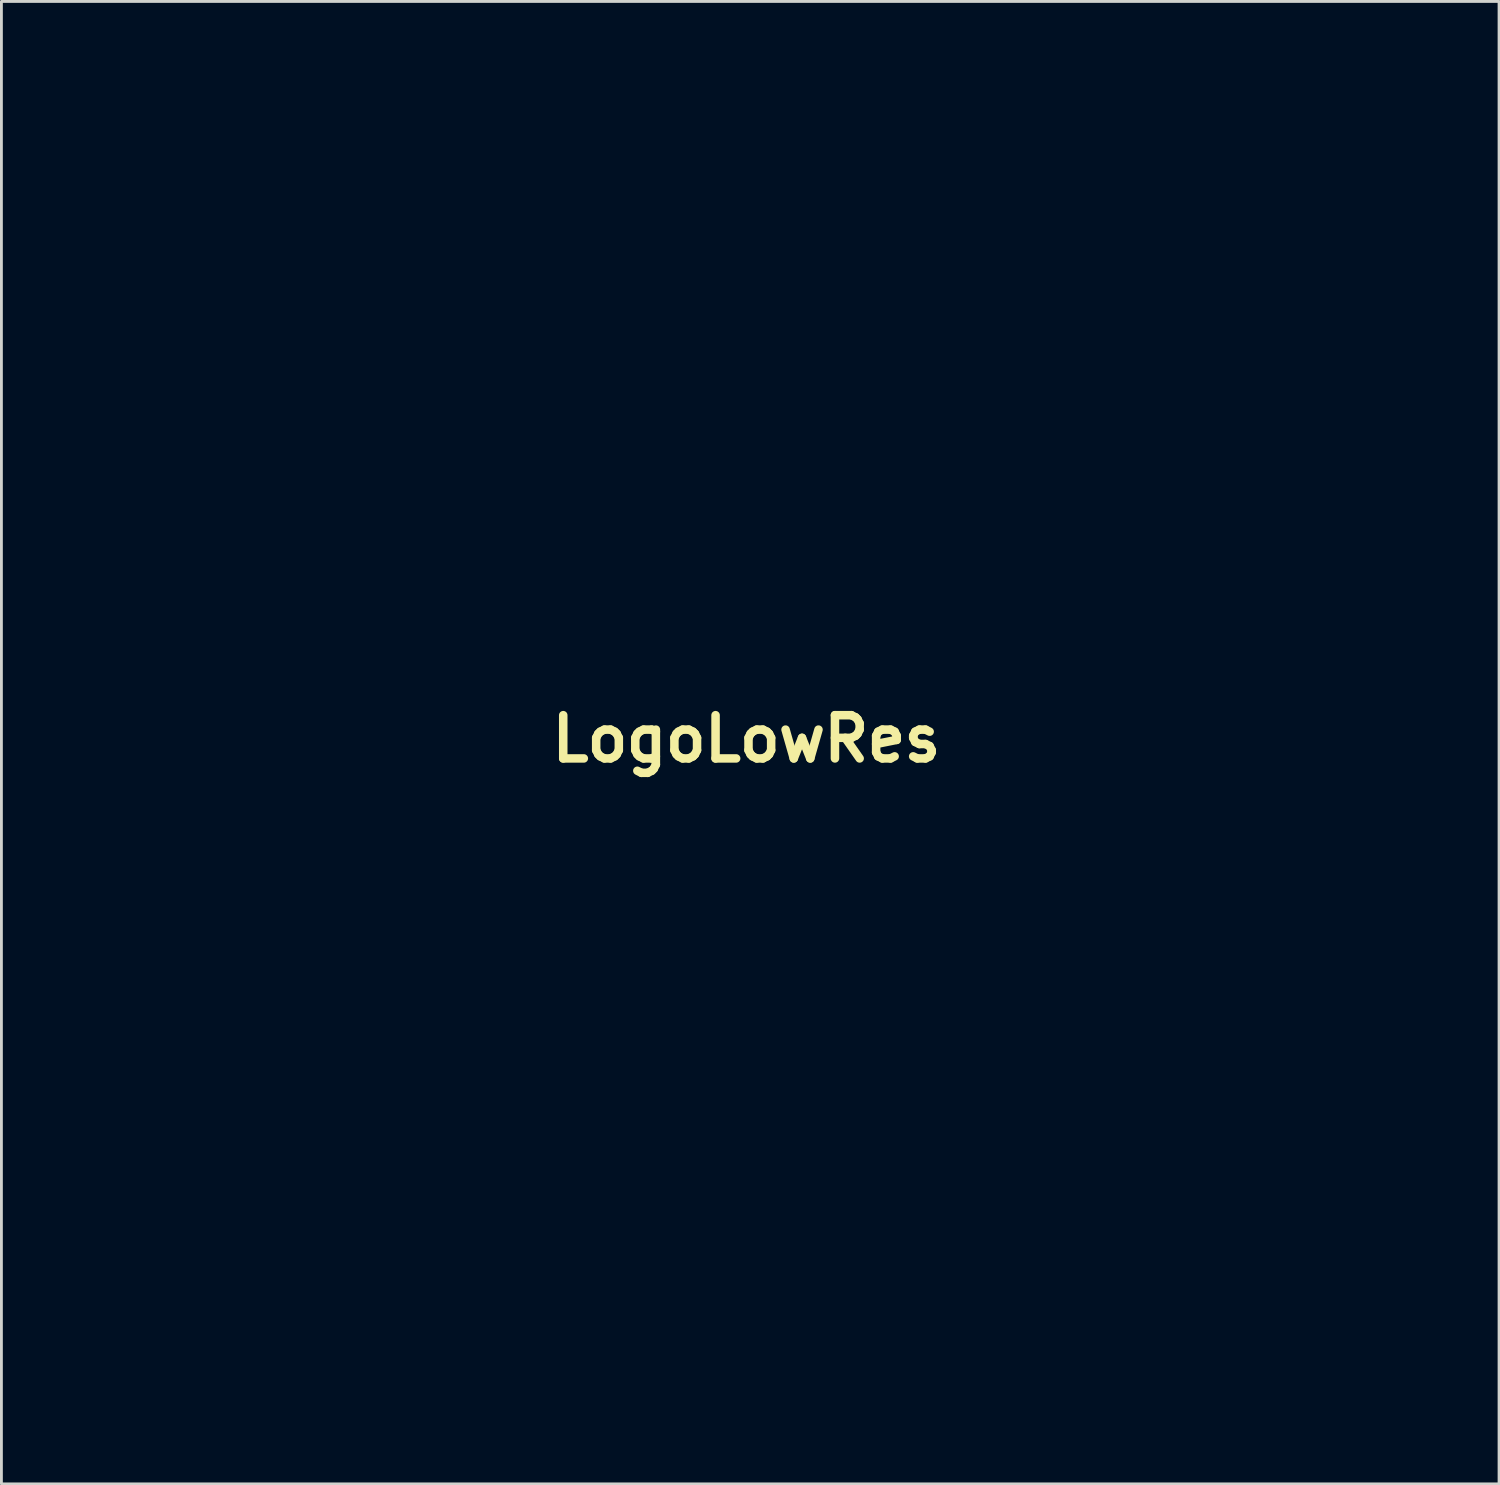
<source format=kicad_pcb>
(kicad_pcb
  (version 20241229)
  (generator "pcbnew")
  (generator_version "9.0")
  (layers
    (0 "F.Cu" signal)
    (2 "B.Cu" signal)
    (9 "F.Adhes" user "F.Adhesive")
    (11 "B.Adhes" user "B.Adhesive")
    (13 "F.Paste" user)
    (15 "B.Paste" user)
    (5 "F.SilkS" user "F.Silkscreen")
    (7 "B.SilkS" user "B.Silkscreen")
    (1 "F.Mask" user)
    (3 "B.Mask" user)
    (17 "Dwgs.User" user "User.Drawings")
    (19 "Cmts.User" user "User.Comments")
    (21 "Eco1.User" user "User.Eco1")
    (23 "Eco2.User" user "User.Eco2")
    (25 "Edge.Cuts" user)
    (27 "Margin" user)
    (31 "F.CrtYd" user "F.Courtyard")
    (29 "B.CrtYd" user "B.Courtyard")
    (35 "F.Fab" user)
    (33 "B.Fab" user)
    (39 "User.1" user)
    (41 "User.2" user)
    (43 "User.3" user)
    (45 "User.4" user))
  (footprint "LogoLowRes"
    (layer "F.Cu")
    (at 23.266 22.999)
    (property "Reference" "LogoLowRes" (at 0 0 0) (layer "F.SilkS") (effects (font (size 1.524 1.524) (thickness 0.3))))
    (attr through_hole)
    (fp_poly (pts (xy -5.08 20.454) (xy -5.214 20.587) (xy -5.347 20.454) (xy -5.214 20.32) (xy -5.08 20.454)) (stroke (width 0.01) (type solid)) (fill no) (layer "Eco2.User"))
    (fp_poly (pts (xy 19.518 -1.069) (xy 13.634 -1.069) (xy 11.719 -1.071) (xy 10.276 -1.079) (xy 9.245 -1.099) (xy 8.562 -1.138) (xy 8.166 -1.201) (xy 7.995 -1.295) (xy 7.987 -1.425) (xy 8.079 -1.597) (xy 8.083 -1.604) (xy 8.419 -2.021) (xy 8.62 -2.139) (xy 8.786 -2.363) (xy 8.823 -2.664) (xy 9.039 -3.2) (xy 9.358 -3.476) (xy 9.784 -3.859) (xy 9.893 -4.154) (xy 10.04 -4.503) (xy 10.16 -4.545) (xy 10.38 -4.768) (xy 10.427 -5.059) (xy 10.603 -5.578) (xy 11.037 -6.212) (xy 11.163 -6.353) (xy 12.167 -7.503) (xy 12.905 -8.581) (xy 13.419 -9.558) (xy 13.773 -10.227) (xy 14.054 -10.636) (xy 14.139 -10.695) (xy 14.356 -10.909) (xy 14.72 -11.457) (xy 14.973 -11.898) (xy 15.409 -12.585) (xy 15.803 -13.02) (xy 15.97 -13.101) (xy 16.243 -13.325) (xy 16.309 -13.648) (xy 16.49 -14.22) (xy 16.911 -14.801) (xy 17.486 -15.507) (xy 17.907 -16.192) (xy 18.368 -16.976) (xy 18.91 -17.734) (xy 19.518 -18.489) (xy 19.518 -1.069)) (stroke (width 0.01) (type solid)) (fill no) (layer "Eco2.User"))
    (fp_poly (pts (xy 4.636 -18.468) (xy 4.695 -18.193) (xy 4.737 -17.654) (xy 4.767 -16.804) (xy 4.785 -15.596) (xy 4.796 -13.982) (xy 4.801 -11.915) (xy 4.804 -10.093) (xy 4.813 -1.069) (xy -1.069 -1.069) (xy -3.029 -1.081) (xy -4.644 -1.113) (xy -5.866 -1.165) (xy -6.65 -1.235) (xy -6.95 -1.319) (xy -6.952 -1.326) (xy -6.776 -1.689) (xy -6.451 -2.062) (xy -5.982 -2.635) (xy -5.526 -3.375) (xy -5.501 -3.423) (xy -5.104 -4.047) (xy -4.715 -4.43) (xy -4.665 -4.454) (xy -4.331 -4.816) (xy -4.278 -5.071) (xy -4.111 -5.519) (xy -3.679 -6.185) (xy -3.256 -6.713) (xy -2.666 -7.424) (xy -2.22 -8.021) (xy -2.058 -8.288) (xy -1.815 -8.75) (xy -1.405 -9.444) (xy -1.211 -9.759) (xy -0.77 -10.477) (xy -0.441 -11.042) (xy -0.364 -11.188) (xy -0.081 -11.605) (xy 0.409 -12.201) (xy 0.569 -12.379) (xy 1.168 -13.134) (xy 1.658 -13.913) (xy 1.715 -14.025) (xy 2.102 -14.719) (xy 2.661 -15.581) (xy 2.989 -16.043) (xy 3.594 -16.922) (xy 4.135 -17.806) (xy 4.336 -18.181) (xy 4.459 -18.414) (xy 4.558 -18.526) (xy 4.636 -18.468)) (stroke (width 0.01) (type solid)) (fill no) (layer "Eco2.User"))
    (fp_poly (pts (xy 23.528 23.261) (xy -23.261 23.261) (xy -23.261 20.186) (xy -17.112 20.186) (xy -17.009 20.707) (xy -16.777 20.788) (xy -16.494 20.462) (xy -16.488 20.428) (xy -15.943 20.428) (xy -15.767 20.598) (xy -15.214 20.837) (xy -15.001 20.676) (xy -14.616 20.676) (xy -14.579 20.835) (xy -14.438 20.855) (xy -14.218 20.757) (xy -14.26 20.676) (xy -14.577 20.644) (xy -14.616 20.676) (xy -15.001 20.676) (xy -14.98 20.661) (xy -14.973 20.572) (xy -15.075 20.465) (xy -13.547 20.465) (xy -13.488 20.829) (xy -13.34 20.716) (xy -12.767 20.716) (xy -12.581 21.24) (xy -12.123 21.404) (xy -11.542 21.178) (xy -11.344 21.008) (xy -10.991 20.488) (xy -10.995 20.48) (xy -10.695 20.48) (xy -10.441 20.652) (xy -9.726 20.74) (xy -9.091 20.747) (xy -8.199 20.715) (xy -7.717 20.625) (xy -7.521 20.427) (xy -7.491 20.158) (xy -7.219 20.158) (xy -7.112 20.637) (xy -6.69 20.764) (xy -6.551 20.76) (xy -6.048 20.722) (xy -5.882 20.695) (xy -6.05 20.452) (xy -6.138 20.358) (xy -5.571 20.358) (xy -5.444 20.722) (xy -5.258 21.007) (xy -5.047 20.81) (xy -4.961 20.629) (xy -4.278 20.629) (xy -4.123 20.847) (xy -3.828 20.75) (xy -3.675 20.521) (xy -3.492 20.336) (xy -3.111 20.559) (xy -3.103 20.566) (xy -2.803 20.785) (xy -2.789 20.652) (xy -2.97 20.229) (xy -2.993 20.186) (xy -2.354 20.186) (xy -2.325 20.643) (xy -2.242 20.683) (xy -2.231 20.659) (xy -2.178 20.129) (xy -2.183 20.1) (xy -1.872 20.1) (xy -1.749 20.576) (xy -1.284 20.72) (xy -1.203 20.721) (xy -0.7 20.652) (xy -0.535 20.521) (xy -0.737 20.323) (xy -0.783 20.32) (xy -1.107 20.171) (xy 0 20.171) (xy 0.09 20.681) (xy 0.267 20.855) (xy 0.487 20.632) (xy 0.535 20.336) (xy 0.531 20.32) (xy 1.069 20.32) (xy 1.273 20.58) (xy 1.337 20.587) (xy 1.54 20.428) (xy 1.961 20.428) (xy 2.148 20.687) (xy 2.317 20.667) (xy 2.578 20.454) (xy 3.208 20.454) (xy 3.422 20.808) (xy 3.609 20.855) (xy 3.964 20.641) (xy 4.011 20.454) (xy 5.08 20.454) (xy 5.303 20.78) (xy 5.615 20.855) (xy 6.05 20.688) (xy 6.149 20.454) (xy 6.417 20.454) (xy 6.561 20.809) (xy 6.684 20.855) (xy 6.921 20.638) (xy 6.952 20.454) (xy 6.851 20.206) (xy 7.546 20.206) (xy 7.548 20.748) (xy 7.658 20.791) (xy 7.831 20.32) (xy 7.863 19.895) (xy 8.387 19.895) (xy 8.564 20.067) (xy 8.817 20.317) (xy 8.586 20.559) (xy 8.586 20.559) (xy 8.502 20.712) (xy 8.928 20.74) (xy 9.109 20.728) (xy 9.744 20.599) (xy 10.093 20.379) (xy 10.104 20.355) (xy 10.01 20.209) (xy 10.431 20.209) (xy 10.514 20.557) (xy 10.878 20.715) (xy 11.341 20.76) (xy 11.89 20.665) (xy 12.028 20.431) (xy 12.32 20.431) (xy 12.369 20.778) (xy 12.46 20.782) (xy 12.506 20.527) (xy 12.944 20.527) (xy 12.979 20.606) (xy 13.198 20.839) (xy 13.278 20.564) (xy 13.279 20.465) (xy 13.228 20.348) (xy 13.64 20.348) (xy 13.778 20.605) (xy 14.246 20.722) (xy 15.115 20.706) (xy 15.975 20.625) (xy 16.287 20.419) (xy 16.309 20.32) (xy 16.124 20.081) (xy 15.744 20.098) (xy 15.434 20.351) (xy 15.417 20.387) (xy 15.309 20.433) (xy 15.261 20.119) (xy 15.144 19.61) (xy 14.854 19.603) (xy 14.442 20.047) (xy 14.1 20.383) (xy 13.853 20.248) (xy 13.853 20.247) (xy 13.68 20.102) (xy 13.64 20.348) (xy 13.228 20.348) (xy 13.161 20.197) (xy 13.052 20.217) (xy 12.944 20.527) (xy 12.506 20.527) (xy 12.524 20.424) (xy 12.482 20.27) (xy 12.363 20.169) (xy 12.32 20.431) (xy 12.028 20.431) (xy 12.032 20.425) (xy 11.809 20.123) (xy 11.497 20.053) (xy 11.061 20.192) (xy 10.958 20.387) (xy 10.866 20.526) (xy 10.695 20.32) (xy 10.482 20.115) (xy 10.431 20.209) (xy 10.01 20.209) (xy 9.958 20.127) (xy 9.536 20.053) (xy 8.984 19.934) (xy 8.748 19.718) (xy 8.512 19.539) (xy 8.4 19.599) (xy 8.387 19.895) (xy 7.863 19.895) (xy 7.867 19.839) (xy 7.785 19.671) (xy 7.628 19.806) (xy 7.546 20.206) (xy 6.851 20.206) (xy 6.807 20.098) (xy 6.684 20.053) (xy 6.447 20.269) (xy 6.417 20.454) (xy 6.149 20.454) (xy 5.927 20.127) (xy 5.615 20.053) (xy 5.179 20.22) (xy 5.08 20.454) (xy 4.011 20.454) (xy 3.797 20.099) (xy 3.609 20.053) (xy 3.255 20.267) (xy 3.208 20.454) (xy 2.578 20.454) (xy 2.642 20.401) (xy 2.674 20.291) (xy 2.46 20.073) (xy 2.317 20.053) (xy 1.996 20.266) (xy 1.961 20.428) (xy 1.54 20.428) (xy 1.596 20.384) (xy 1.604 20.32) (xy 1.401 20.06) (xy 1.337 20.053) (xy 1.077 20.256) (xy 1.069 20.32) (xy 0.531 20.32) (xy 0.412 19.824) (xy 0.267 19.652) (xy 0.069 19.746) (xy 0 20.171) (xy -1.107 20.171) (xy -1.153 20.149) (xy -1.451 19.9) (xy -1.766 19.643) (xy -1.865 19.834) (xy -1.872 20.1) (xy -2.183 20.1) (xy -2.221 19.857) (xy -2.306 19.748) (xy -2.352 20.103) (xy -2.354 20.186) (xy -2.993 20.186) (xy -3.229 19.751) (xy -3.472 19.709) (xy -3.787 19.959) (xy -4.165 20.382) (xy -4.278 20.629) (xy -4.961 20.629) (xy -4.841 20.376) (xy -4.817 20.253) (xy -5.03 20.075) (xy -5.214 20.053) (xy -5.549 20.101) (xy -5.571 20.358) (xy -6.138 20.358) (xy -6.429 20.047) (xy -6.827 19.671) (xy -6.92 19.607) (xy 5.169 19.607) (xy 5.206 19.766) (xy 5.347 19.785) (xy 5.567 19.687) (xy 5.526 19.607) (xy 5.208 19.575) (xy 5.169 19.607) (xy -6.92 19.607) (xy -7.05 19.518) (xy -7.179 19.746) (xy -7.219 20.158) (xy -7.491 20.158) (xy -7.486 20.119) (xy -7.603 19.641) (xy -7.854 19.527) (xy -8.079 19.825) (xy -8.383 20.012) (xy -9.039 20.135) (xy -9.438 20.159) (xy -10.2 20.232) (xy -10.64 20.389) (xy -10.695 20.48) (xy -10.995 20.48) (xy -11.132 20.16) (xy -11.697 20.057) (xy -12.162 20.099) (xy -12.14 20.239) (xy -12.039 20.31) (xy -11.807 20.617) (xy -11.861 20.773) (xy -12.16 20.762) (xy -12.421 20.515) (xy -12.674 20.223) (xy -12.759 20.384) (xy -12.767 20.716) (xy -13.34 20.716) (xy -13.295 20.681) (xy -13.246 20.606) (xy -13.26 20.269) (xy -13.319 20.217) (xy -13.519 20.296) (xy -13.547 20.465) (xy -15.075 20.465) (xy -15.133 20.405) (xy -15.217 20.44) (xy -15.508 20.382) (xy -15.582 20.255) (xy -15.671 20.186) (xy -14.171 20.186) (xy -14.037 20.32) (xy -13.903 20.186) (xy -14.037 20.053) (xy -14.171 20.186) (xy -15.671 20.186) (xy -15.817 20.074) (xy -15.931 20.134) (xy -15.943 20.428) (xy -16.488 20.428) (xy -16.443 20.186) (xy -16.601 19.718) (xy -16.689 19.652) (xy -13.101 19.652) (xy -12.967 19.785) (xy -12.834 19.652) (xy -12.967 19.518) (xy -13.101 19.652) (xy -16.689 19.652) (xy -16.777 19.585) (xy -17.037 19.716) (xy -17.112 20.186) (xy -23.261 20.186) (xy -23.261 17.112) (xy -20.053 17.112) (xy -19.843 17.353) (xy -19.718 17.369) (xy -19.403 17.16) (xy -18.939 16.656) (xy -18.453 16.021) (xy -18.069 15.417) (xy -17.914 15.01) (xy -17.742 14.705) (xy -17.303 14.172) (xy -16.978 13.824) (xy -16.435 13.193) (xy -16.097 12.664) (xy -16.042 12.479) (xy -15.853 12.003) (xy -15.622 11.748) (xy -15.235 11.293) (xy -14.794 10.591) (xy -14.68 10.378) (xy -14.319 9.752) (xy -14.029 9.392) (xy -13.961 9.358) (xy -13.741 9.136) (xy -13.431 8.581) (xy -13.32 8.338) (xy -12.851 7.493) (xy -12.277 6.751) (xy -12.192 6.667) (xy -11.732 6.175) (xy -11.506 5.826) (xy -11.501 5.797) (xy -11.349 5.465) (xy -10.975 4.9) (xy -10.828 4.703) (xy -10.406 4.075) (xy -10.175 3.589) (xy -10.16 3.503) (xy -9.99 3.122) (xy -9.562 2.552) (xy -9.359 2.325) (xy -8.868 1.741) (xy -8.584 1.288) (xy -8.557 1.187) (xy -8.389 0.803) (xy -8.011 0.318) (xy -7.818 0.13) (xy -7.586 -0.012) (xy -7.246 -0.116) (xy -6.728 -0.187) (xy -5.959 -0.231) (xy -4.872 -0.255) (xy -3.394 -0.265) (xy -1.456 -0.267) (xy -1.326 -0.267) (xy 4.813 -0.267) (xy 4.813 8.823) (xy 4.815 11.296) (xy 4.824 13.284) (xy 4.841 14.839) (xy 4.87 16.011) (xy 4.911 16.852) (xy 4.968 17.411) (xy 5.043 17.74) (xy 5.137 17.889) (xy 5.214 17.914) (xy 5.291 17.865) (xy 5.358 17.697) (xy 5.415 17.374) (xy 5.463 16.861) (xy 5.503 16.122) (xy 5.535 15.123) (xy 5.561 13.828) (xy 5.581 12.203) (xy 5.595 10.211) (xy 5.605 7.819) (xy 5.611 4.991) (xy 5.614 1.691) (xy 5.615 -0.401) (xy 6.4 -0.401) (xy 19.518 -0.258) (xy 19.518 8.962) (xy 19.52 11.453) (xy 19.529 13.46) (xy 19.546 15.033) (xy 19.574 16.223) (xy 19.615 17.079) (xy 19.671 17.652) (xy 19.744 17.993) (xy 19.836 18.151) (xy 19.919 18.181) (xy 19.996 18.133) (xy 20.063 17.965) (xy 20.12 17.641) (xy 20.168 17.128) (xy 20.208 16.389) (xy 20.241 15.39) (xy 20.266 14.095) (xy 20.286 12.47) (xy 20.3 10.479) (xy 20.31 8.086) (xy 20.316 5.258) (xy 20.319 1.958) (xy 20.32 -1.069) (xy 20.319 -4.775) (xy 20.315 -7.98) (xy 20.309 -10.722) (xy 20.298 -13.034) (xy 20.283 -14.951) (xy 20.262 -16.51) (xy 20.235 -17.745) (xy 20.201 -18.691) (xy 20.16 -19.383) (xy 20.11 -19.857) (xy 20.051 -20.147) (xy 19.982 -20.289) (xy 19.919 -20.32) (xy 19.562 -20.211) (xy 19.518 -20.119) (xy 19.358 -19.805) (xy 18.963 -19.278) (xy 18.849 -19.142) (xy 18.416 -18.582) (xy 18.19 -18.179) (xy 18.181 -18.128) (xy 18.149 -17.947) (xy 17.999 -17.697) (xy 17.654 -17.272) (xy 17.034 -16.565) (xy 16.974 -16.496) (xy 16.531 -15.884) (xy 16.31 -15.355) (xy 16.305 -15.293) (xy 16.204 -14.922) (xy 15.878 -14.376) (xy 15.281 -13.591) (xy 14.367 -12.502) (xy 14.108 -12.204) (xy 13.645 -11.58) (xy 13.39 -11.058) (xy 13.373 -10.955) (xy 13.2 -10.518) (xy 12.771 -9.906) (xy 12.566 -9.668) (xy 12.074 -9.047) (xy 11.791 -8.528) (xy 11.764 -8.397) (xy 11.548 -7.966) (xy 11.363 -7.85) (xy 11.008 -7.514) (xy 10.962 -7.324) (xy 10.808 -6.987) (xy 10.695 -6.952) (xy 10.448 -6.74) (xy 10.427 -6.607) (xy 10.265 -6.208) (xy 9.854 -5.606) (xy 9.636 -5.337) (xy 9.16 -4.75) (xy 8.872 -4.338) (xy 8.834 -4.251) (xy 8.692 -3.968) (xy 8.323 -3.356) (xy 7.798 -2.53) (xy 7.612 -2.245) (xy 6.4 -0.401) (xy 5.615 -0.401) (xy 5.615 -1.337) (xy 5.611 -5.163) (xy 5.601 -8.614) (xy 5.584 -11.67) (xy 5.561 -14.311) (xy 5.532 -16.516) (xy 5.497 -18.266) (xy 5.456 -19.541) (xy 5.411 -20.322) (xy 5.36 -20.587) (xy 5.36 -20.587) (xy 5.042 -20.389) (xy 4.632 -19.911) (xy 4.625 -19.901) (xy 4.175 -19.267) (xy 3.591 -18.457) (xy 3.328 -18.096) (xy 2.725 -17.202) (xy 2.07 -16.132) (xy 1.724 -15.52) (xy 1.131 -14.541) (xy 0.458 -13.602) (xy 0.069 -13.142) (xy -0.587 -12.32) (xy -1.145 -11.414) (xy -1.252 -11.191) (xy -1.58 -10.554) (xy -1.856 -10.192) (xy -1.923 -10.16) (xy -2.129 -9.952) (xy -2.139 -9.864) (xy -2.29 -9.488) (xy -2.672 -8.882) (xy -2.882 -8.594) (xy -3.44 -7.805) (xy -3.914 -7.04) (xy -4.008 -6.864) (xy -4.431 -6.24) (xy -4.869 -5.852) (xy -5.268 -5.403) (xy -5.347 -5.071) (xy -5.461 -4.641) (xy -5.615 -4.545) (xy -5.852 -4.329) (xy -5.882 -4.144) (xy -6.029 -3.788) (xy -6.154 -3.743) (xy -6.426 -3.523) (xy -6.776 -2.972) (xy -6.889 -2.744) (xy -7.141 -2.216) (xy -7.378 -1.789) (xy -7.688 -1.337) (xy -8.157 -0.735) (xy -8.874 0.144) (xy -8.938 0.222) (xy -9.602 1.14) (xy -10.202 2.141) (xy -10.41 2.562) (xy -10.768 3.251) (xy -11.092 3.677) (xy -11.214 3.743) (xy -11.465 3.959) (xy -11.497 4.144) (xy -11.666 4.638) (xy -11.965 5.061) (xy -12.647 5.842) (xy -13.005 6.338) (xy -13.101 6.616) (xy -13.261 6.937) (xy -13.666 7.489) (xy -13.892 7.764) (xy -14.372 8.382) (xy -14.66 8.859) (xy -14.694 8.977) (xy -14.881 9.341) (xy -15.322 9.843) (xy -15.374 9.893) (xy -15.833 10.447) (xy -16.041 10.94) (xy -16.042 10.968) (xy -16.207 11.502) (xy -16.51 11.968) (xy -17.214 12.807) (xy -17.636 13.336) (xy -17.845 13.647) (xy -17.912 13.837) (xy -17.914 13.878) (xy -18.125 14.171) (xy -18.285 14.256) (xy -18.592 14.574) (xy -18.953 15.22) (xy -19.123 15.621) (xy -19.437 16.329) (xy -19.715 16.771) (xy -19.822 16.844) (xy -20.046 17.049) (xy -20.053 17.112) (xy -23.261 17.112) (xy -23.261 -22.994) (xy 23.528 -22.994) (xy 23.528 23.261)) (stroke (width 0.01) (type solid)) (fill no) (layer "Eco2.User")))
  (gr_rect
    (start -3 -3)
    (end 49.799 49.265)
    (stroke (width 0.1) (type default))
    (fill no)
    (layer "Edge.Cuts")))
</source>
